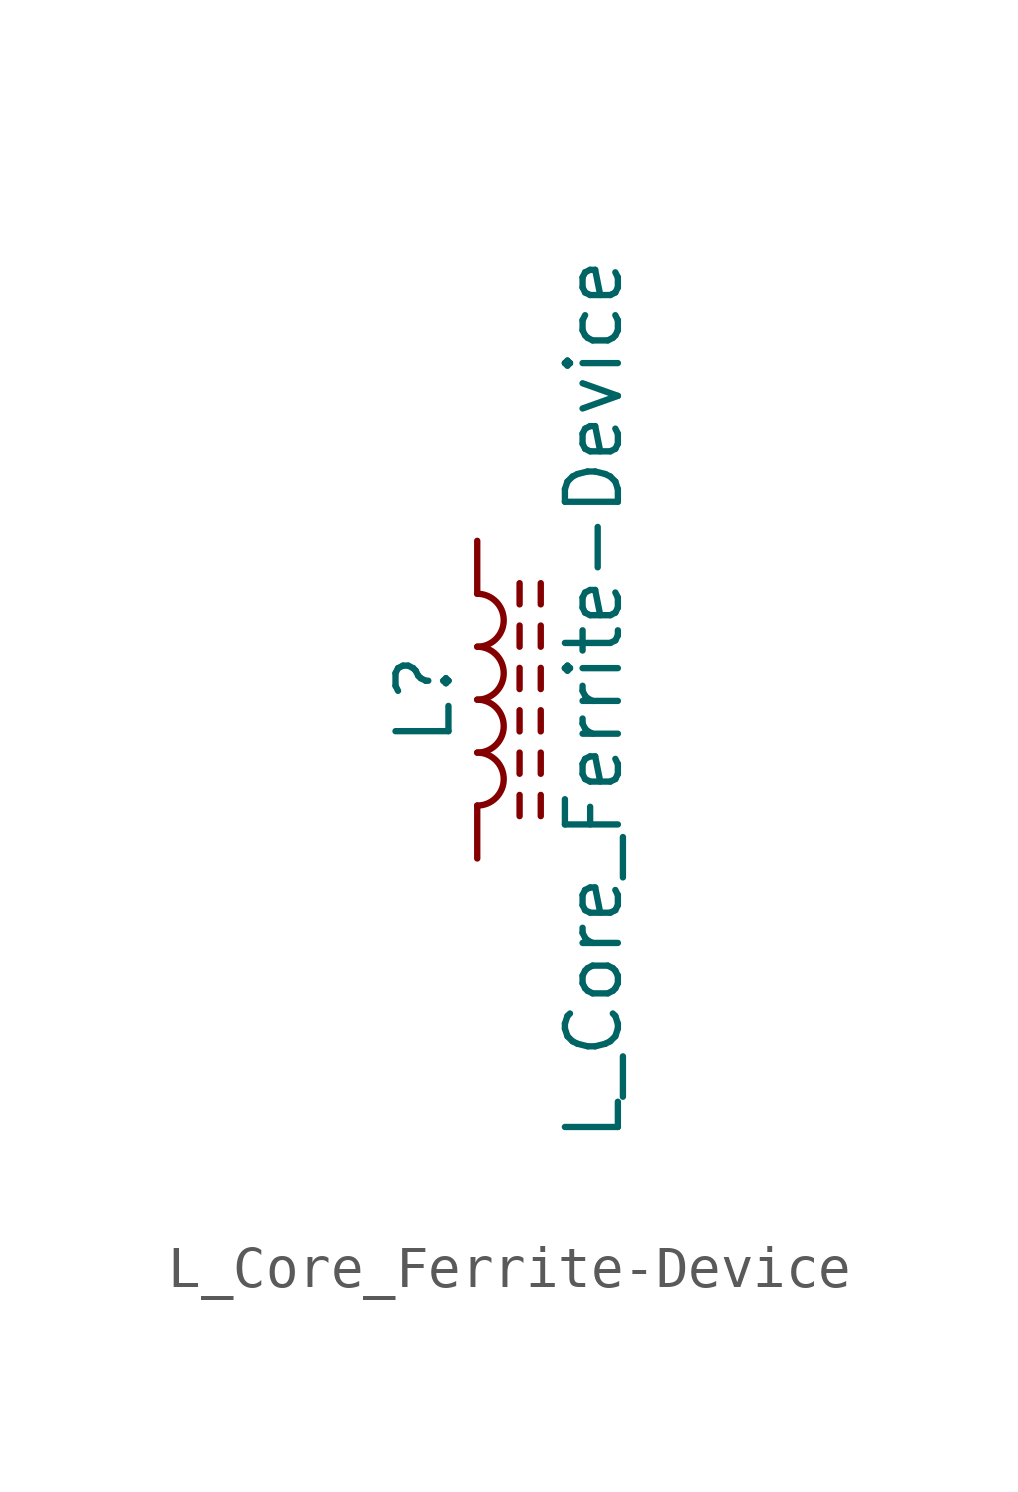
<source format=kicad_sym>
(kicad_symbol_lib
  (version 20240819)
  (generator "kicad_symbol_editor")
  (generator_version "8.99")
  (symbol "L_Core_Ferrite-Device"
    (pin_numbers hide)
    (pin_names
      (offset 1.016) hide)
    (property "Reference" "L"
      (at -1.27 0 90)
      (effects (font (size 1.27 1.27))))
    (property "Value" "L_Core_Ferrite-Device"
      (at 2.794 0 90)
      (effects (font (size 1.27 1.27))))
    (symbol "L_Core_Ferrite-Device_0_1"
      (arc (start 0 2.54) (mid 0.635 1.905) (end 0 1.27) (stroke (width 0) (type solid)) (fill (type none)))
      (arc (start 0 1.27) (mid 0.635 0.635) (end 0 0) (stroke (width 0) (type solid)) (fill (type none)))
      (arc (start 0 0) (mid 0.635 -0.635) (end 0 -1.27) (stroke (width 0) (type solid)) (fill (type none)))
      (arc (start 0 -1.27) (mid 0.635 -1.905) (end 0 -2.54) (stroke (width 0) (type solid)) (fill (type none)))
      (polyline (pts (xy 1.016 2.286) (xy 1.016 2.794)) (stroke (width 0) (type solid)) (fill (type none)))
      (polyline (pts (xy 1.016 1.27) (xy 1.016 1.778)) (stroke (width 0) (type solid)) (fill (type none)))
      (polyline (pts (xy 1.016 0.254) (xy 1.016 0.762)) (stroke (width 0) (type solid)) (fill (type none)))
      (polyline (pts (xy 1.016 -0.762) (xy 1.016 -0.254)) (stroke (width 0) (type solid)) (fill (type none)))
      (polyline (pts (xy 1.016 -1.778) (xy 1.016 -1.27)) (stroke (width 0) (type solid)) (fill (type none)))
      (polyline (pts (xy 1.016 -2.794) (xy 1.016 -2.286)) (stroke (width 0) (type solid)) (fill (type none)))
      (polyline (pts (xy 1.524 2.794) (xy 1.524 2.286)) (stroke (width 0) (type solid)) (fill (type none)))
      (polyline (pts (xy 1.524 1.778) (xy 1.524 1.27)) (stroke (width 0) (type solid)) (fill (type none)))
      (polyline (pts (xy 1.524 0.762) (xy 1.524 0.254)) (stroke (width 0) (type solid)) (fill (type none)))
      (polyline (pts (xy 1.524 -0.254) (xy 1.524 -0.762)) (stroke (width 0) (type solid)) (fill (type none)))
      (polyline (pts (xy 1.524 -1.27) (xy 1.524 -1.778)) (stroke (width 0) (type solid)) (fill (type none)))
      (polyline (pts (xy 1.524 -2.286) (xy 1.524 -2.794)) (stroke (width 0) (type solid)) (fill (type none))))
    (symbol "L_Core_Ferrite-Device_1_1"
      (pin passive line (at 0 3.81 270) (length 1.27) (name "1" (effects (font (size 1.27 1.27)))) (number "1" (effects (font (size 1.27 1.27)))))
      (pin passive line (at 0 -3.81 90) (length 1.27) (name "2" (effects (font (size 1.27 1.27)))) (number "2" (effects (font (size 1.27 1.27))))))))
</source>
